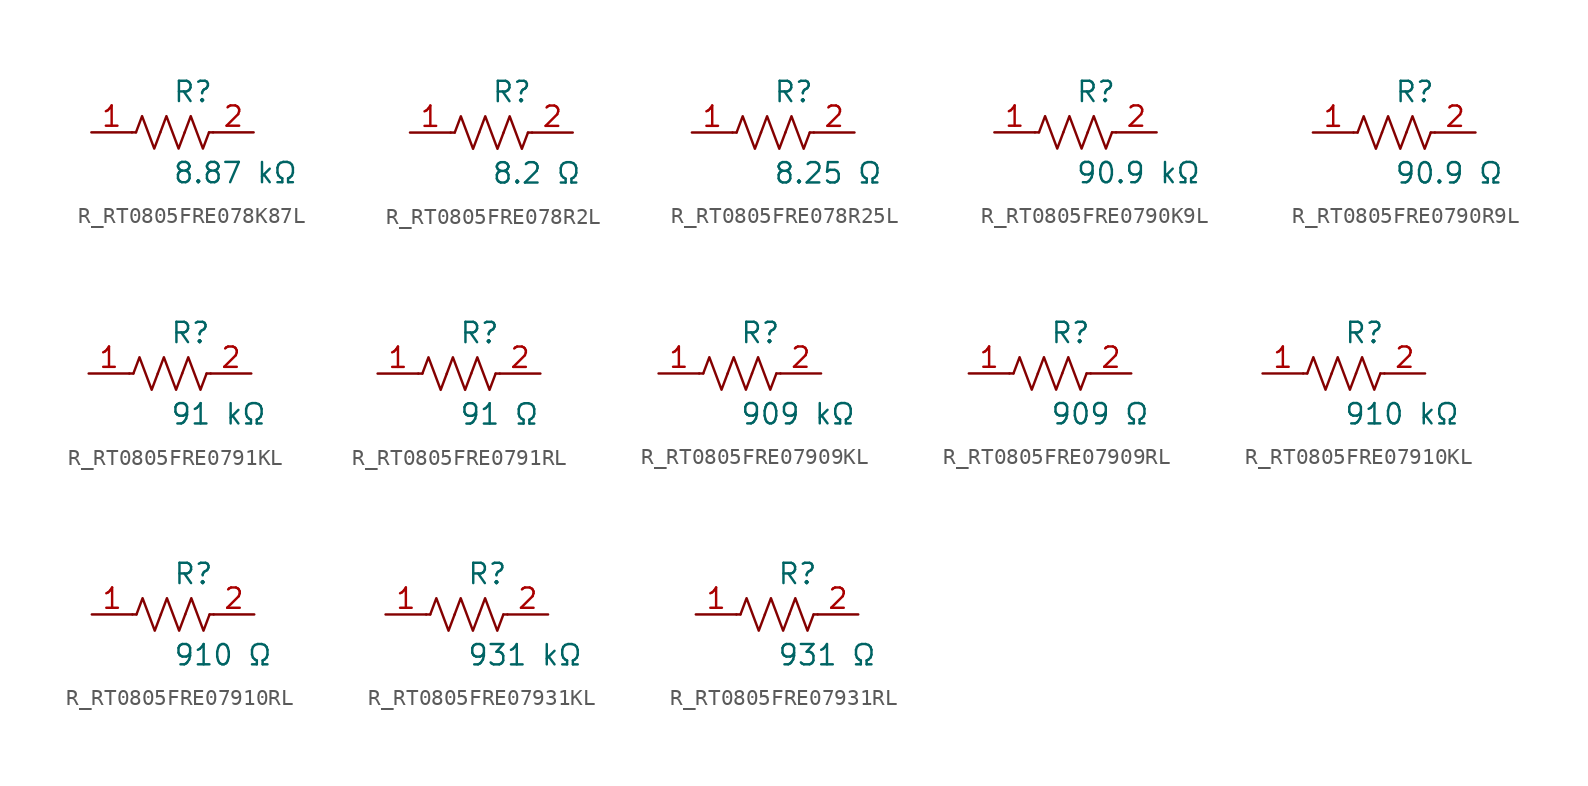
<source format=kicad_sym>
(kicad_symbol_lib
  (version 20231120)
  (generator kicad_symbol_editor)
  (generator_version 8.0)
  (symbol "R_RT0805FRE078K87L"
    (pin_names
      (offset 0.254))
    (property "Reference" "R"
      (at 0 2.54 0)
      (effects (font (size 1.27 1.27)) (justify left)))
    (property "Value" "8.87 kΩ"
      (at 0 -2.54 0)
      (effects (font (size 1.27 1.27)) (justify left)))
    (symbol "R_RT0805FRE078K87L_0_1"
      (polyline (pts (xy 2.286 0) (xy 2.54 0)) (stroke (width 0) (type default)) (fill (type none)))
      (polyline (pts (xy -2.286 0) (xy -2.54 0)) (stroke (width 0) (type default)) (fill (type none)))
      (polyline (pts (xy 0.762 0) (xy 1.143 1.016) (xy 1.524 0) (xy 1.905 -1.016) (xy 2.286 0)) (stroke (width 0) (type default)) (fill (type none)))
      (polyline (pts (xy -0.762 0) (xy -0.381 1.016) (xy 0 0) (xy 0.381 -1.016) (xy 0.762 0)) (stroke (width 0) (type default)) (fill (type none)))
      (polyline (pts (xy -2.286 0) (xy -1.905 1.016) (xy -1.524 0) (xy -1.143 -1.016) (xy -0.762 0)) (stroke (width 0) (type default)) (fill (type none))))
    (pin passive line
      (at -5.08 0 0)
      (length 2.54)
      (name "" (effects (font (size 1.27 1.27))))
      (number "1" (effects (font (size 1.27 1.27)))))
    (pin passive line
      (at 5.08 0 180)
      (length 2.54)
      (name "" (effects (font (size 1.27 1.27))))
      (number "2" (effects (font (size 1.27 1.27))))))
  (symbol "R_RT0805FRE078R2L"
    (pin_names
      (offset 0.254))
    (property "Reference" "R"
      (at 0 2.54 0)
      (effects (font (size 1.27 1.27)) (justify left)))
    (property "Value" "8.2 Ω"
      (at 0 -2.54 0)
      (effects (font (size 1.27 1.27)) (justify left)))
    (symbol "R_RT0805FRE078R2L_0_1"
      (polyline (pts (xy 2.286 0) (xy 2.54 0)) (stroke (width 0) (type default)) (fill (type none)))
      (polyline (pts (xy -2.286 0) (xy -2.54 0)) (stroke (width 0) (type default)) (fill (type none)))
      (polyline (pts (xy 0.762 0) (xy 1.143 1.016) (xy 1.524 0) (xy 1.905 -1.016) (xy 2.286 0)) (stroke (width 0) (type default)) (fill (type none)))
      (polyline (pts (xy -0.762 0) (xy -0.381 1.016) (xy 0 0) (xy 0.381 -1.016) (xy 0.762 0)) (stroke (width 0) (type default)) (fill (type none)))
      (polyline (pts (xy -2.286 0) (xy -1.905 1.016) (xy -1.524 0) (xy -1.143 -1.016) (xy -0.762 0)) (stroke (width 0) (type default)) (fill (type none))))
    (pin passive line
      (at -5.08 0 0)
      (length 2.54)
      (name "" (effects (font (size 1.27 1.27))))
      (number "1" (effects (font (size 1.27 1.27)))))
    (pin passive line
      (at 5.08 0 180)
      (length 2.54)
      (name "" (effects (font (size 1.27 1.27))))
      (number "2" (effects (font (size 1.27 1.27))))))
  (symbol "R_RT0805FRE078R25L"
    (pin_names
      (offset 0.254))
    (property "Reference" "R"
      (at 0 2.54 0)
      (effects (font (size 1.27 1.27)) (justify left)))
    (property "Value" "8.25 Ω"
      (at 0 -2.54 0)
      (effects (font (size 1.27 1.27)) (justify left)))
    (symbol "R_RT0805FRE078R25L_0_1"
      (polyline (pts (xy 2.286 0) (xy 2.54 0)) (stroke (width 0) (type default)) (fill (type none)))
      (polyline (pts (xy -2.286 0) (xy -2.54 0)) (stroke (width 0) (type default)) (fill (type none)))
      (polyline (pts (xy 0.762 0) (xy 1.143 1.016) (xy 1.524 0) (xy 1.905 -1.016) (xy 2.286 0)) (stroke (width 0) (type default)) (fill (type none)))
      (polyline (pts (xy -0.762 0) (xy -0.381 1.016) (xy 0 0) (xy 0.381 -1.016) (xy 0.762 0)) (stroke (width 0) (type default)) (fill (type none)))
      (polyline (pts (xy -2.286 0) (xy -1.905 1.016) (xy -1.524 0) (xy -1.143 -1.016) (xy -0.762 0)) (stroke (width 0) (type default)) (fill (type none))))
    (pin passive line
      (at -5.08 0 0)
      (length 2.54)
      (name "" (effects (font (size 1.27 1.27))))
      (number "1" (effects (font (size 1.27 1.27)))))
    (pin passive line
      (at 5.08 0 180)
      (length 2.54)
      (name "" (effects (font (size 1.27 1.27))))
      (number "2" (effects (font (size 1.27 1.27))))))
  (symbol "R_RT0805FRE0790K9L"
    (pin_names
      (offset 0.254))
    (property "Reference" "R"
      (at 0 2.54 0)
      (effects (font (size 1.27 1.27)) (justify left)))
    (property "Value" "90.9 kΩ"
      (at 0 -2.54 0)
      (effects (font (size 1.27 1.27)) (justify left)))
    (symbol "R_RT0805FRE0790K9L_0_1"
      (polyline (pts (xy 2.286 0) (xy 2.54 0)) (stroke (width 0) (type default)) (fill (type none)))
      (polyline (pts (xy -2.286 0) (xy -2.54 0)) (stroke (width 0) (type default)) (fill (type none)))
      (polyline (pts (xy 0.762 0) (xy 1.143 1.016) (xy 1.524 0) (xy 1.905 -1.016) (xy 2.286 0)) (stroke (width 0) (type default)) (fill (type none)))
      (polyline (pts (xy -0.762 0) (xy -0.381 1.016) (xy 0 0) (xy 0.381 -1.016) (xy 0.762 0)) (stroke (width 0) (type default)) (fill (type none)))
      (polyline (pts (xy -2.286 0) (xy -1.905 1.016) (xy -1.524 0) (xy -1.143 -1.016) (xy -0.762 0)) (stroke (width 0) (type default)) (fill (type none))))
    (pin passive line
      (at -5.08 0 0)
      (length 2.54)
      (name "" (effects (font (size 1.27 1.27))))
      (number "1" (effects (font (size 1.27 1.27)))))
    (pin passive line
      (at 5.08 0 180)
      (length 2.54)
      (name "" (effects (font (size 1.27 1.27))))
      (number "2" (effects (font (size 1.27 1.27))))))
  (symbol "R_RT0805FRE0790R9L"
    (pin_names
      (offset 0.254))
    (property "Reference" "R"
      (at 0 2.54 0)
      (effects (font (size 1.27 1.27)) (justify left)))
    (property "Value" "90.9 Ω"
      (at 0 -2.54 0)
      (effects (font (size 1.27 1.27)) (justify left)))
    (symbol "R_RT0805FRE0790R9L_0_1"
      (polyline (pts (xy 2.286 0) (xy 2.54 0)) (stroke (width 0) (type default)) (fill (type none)))
      (polyline (pts (xy -2.286 0) (xy -2.54 0)) (stroke (width 0) (type default)) (fill (type none)))
      (polyline (pts (xy 0.762 0) (xy 1.143 1.016) (xy 1.524 0) (xy 1.905 -1.016) (xy 2.286 0)) (stroke (width 0) (type default)) (fill (type none)))
      (polyline (pts (xy -0.762 0) (xy -0.381 1.016) (xy 0 0) (xy 0.381 -1.016) (xy 0.762 0)) (stroke (width 0) (type default)) (fill (type none)))
      (polyline (pts (xy -2.286 0) (xy -1.905 1.016) (xy -1.524 0) (xy -1.143 -1.016) (xy -0.762 0)) (stroke (width 0) (type default)) (fill (type none))))
    (pin passive line
      (at -5.08 0 0)
      (length 2.54)
      (name "" (effects (font (size 1.27 1.27))))
      (number "1" (effects (font (size 1.27 1.27)))))
    (pin passive line
      (at 5.08 0 180)
      (length 2.54)
      (name "" (effects (font (size 1.27 1.27))))
      (number "2" (effects (font (size 1.27 1.27))))))
  (symbol "R_RT0805FRE0791KL"
    (pin_names
      (offset 0.254))
    (property "Reference" "R"
      (at 0 2.54 0)
      (effects (font (size 1.27 1.27)) (justify left)))
    (property "Value" "91 kΩ"
      (at 0 -2.54 0)
      (effects (font (size 1.27 1.27)) (justify left)))
    (symbol "R_RT0805FRE0791KL_0_1"
      (polyline (pts (xy 2.286 0) (xy 2.54 0)) (stroke (width 0) (type default)) (fill (type none)))
      (polyline (pts (xy -2.286 0) (xy -2.54 0)) (stroke (width 0) (type default)) (fill (type none)))
      (polyline (pts (xy 0.762 0) (xy 1.143 1.016) (xy 1.524 0) (xy 1.905 -1.016) (xy 2.286 0)) (stroke (width 0) (type default)) (fill (type none)))
      (polyline (pts (xy -0.762 0) (xy -0.381 1.016) (xy 0 0) (xy 0.381 -1.016) (xy 0.762 0)) (stroke (width 0) (type default)) (fill (type none)))
      (polyline (pts (xy -2.286 0) (xy -1.905 1.016) (xy -1.524 0) (xy -1.143 -1.016) (xy -0.762 0)) (stroke (width 0) (type default)) (fill (type none))))
    (pin passive line
      (at -5.08 0 0)
      (length 2.54)
      (name "" (effects (font (size 1.27 1.27))))
      (number "1" (effects (font (size 1.27 1.27)))))
    (pin passive line
      (at 5.08 0 180)
      (length 2.54)
      (name "" (effects (font (size 1.27 1.27))))
      (number "2" (effects (font (size 1.27 1.27))))))
  (symbol "R_RT0805FRE0791RL"
    (pin_names
      (offset 0.254))
    (property "Reference" "R"
      (at 0 2.54 0)
      (effects (font (size 1.27 1.27)) (justify left)))
    (property "Value" "91 Ω"
      (at 0 -2.54 0)
      (effects (font (size 1.27 1.27)) (justify left)))
    (symbol "R_RT0805FRE0791RL_0_1"
      (polyline (pts (xy 2.286 0) (xy 2.54 0)) (stroke (width 0) (type default)) (fill (type none)))
      (polyline (pts (xy -2.286 0) (xy -2.54 0)) (stroke (width 0) (type default)) (fill (type none)))
      (polyline (pts (xy 0.762 0) (xy 1.143 1.016) (xy 1.524 0) (xy 1.905 -1.016) (xy 2.286 0)) (stroke (width 0) (type default)) (fill (type none)))
      (polyline (pts (xy -0.762 0) (xy -0.381 1.016) (xy 0 0) (xy 0.381 -1.016) (xy 0.762 0)) (stroke (width 0) (type default)) (fill (type none)))
      (polyline (pts (xy -2.286 0) (xy -1.905 1.016) (xy -1.524 0) (xy -1.143 -1.016) (xy -0.762 0)) (stroke (width 0) (type default)) (fill (type none))))
    (pin passive line
      (at -5.08 0 0)
      (length 2.54)
      (name "" (effects (font (size 1.27 1.27))))
      (number "1" (effects (font (size 1.27 1.27)))))
    (pin passive line
      (at 5.08 0 180)
      (length 2.54)
      (name "" (effects (font (size 1.27 1.27))))
      (number "2" (effects (font (size 1.27 1.27))))))
  (symbol "R_RT0805FRE07909KL"
    (pin_names
      (offset 0.254))
    (property "Reference" "R"
      (at 0 2.54 0)
      (effects (font (size 1.27 1.27)) (justify left)))
    (property "Value" "909 kΩ"
      (at 0 -2.54 0)
      (effects (font (size 1.27 1.27)) (justify left)))
    (symbol "R_RT0805FRE07909KL_0_1"
      (polyline (pts (xy 2.286 0) (xy 2.54 0)) (stroke (width 0) (type default)) (fill (type none)))
      (polyline (pts (xy -2.286 0) (xy -2.54 0)) (stroke (width 0) (type default)) (fill (type none)))
      (polyline (pts (xy 0.762 0) (xy 1.143 1.016) (xy 1.524 0) (xy 1.905 -1.016) (xy 2.286 0)) (stroke (width 0) (type default)) (fill (type none)))
      (polyline (pts (xy -0.762 0) (xy -0.381 1.016) (xy 0 0) (xy 0.381 -1.016) (xy 0.762 0)) (stroke (width 0) (type default)) (fill (type none)))
      (polyline (pts (xy -2.286 0) (xy -1.905 1.016) (xy -1.524 0) (xy -1.143 -1.016) (xy -0.762 0)) (stroke (width 0) (type default)) (fill (type none))))
    (pin passive line
      (at -5.08 0 0)
      (length 2.54)
      (name "" (effects (font (size 1.27 1.27))))
      (number "1" (effects (font (size 1.27 1.27)))))
    (pin passive line
      (at 5.08 0 180)
      (length 2.54)
      (name "" (effects (font (size 1.27 1.27))))
      (number "2" (effects (font (size 1.27 1.27))))))
  (symbol "R_RT0805FRE07909RL"
    (pin_names
      (offset 0.254))
    (property "Reference" "R"
      (at 0 2.54 0)
      (effects (font (size 1.27 1.27)) (justify left)))
    (property "Value" "909 Ω"
      (at 0 -2.54 0)
      (effects (font (size 1.27 1.27)) (justify left)))
    (symbol "R_RT0805FRE07909RL_0_1"
      (polyline (pts (xy 2.286 0) (xy 2.54 0)) (stroke (width 0) (type default)) (fill (type none)))
      (polyline (pts (xy -2.286 0) (xy -2.54 0)) (stroke (width 0) (type default)) (fill (type none)))
      (polyline (pts (xy 0.762 0) (xy 1.143 1.016) (xy 1.524 0) (xy 1.905 -1.016) (xy 2.286 0)) (stroke (width 0) (type default)) (fill (type none)))
      (polyline (pts (xy -0.762 0) (xy -0.381 1.016) (xy 0 0) (xy 0.381 -1.016) (xy 0.762 0)) (stroke (width 0) (type default)) (fill (type none)))
      (polyline (pts (xy -2.286 0) (xy -1.905 1.016) (xy -1.524 0) (xy -1.143 -1.016) (xy -0.762 0)) (stroke (width 0) (type default)) (fill (type none))))
    (pin passive line
      (at -5.08 0 0)
      (length 2.54)
      (name "" (effects (font (size 1.27 1.27))))
      (number "1" (effects (font (size 1.27 1.27)))))
    (pin passive line
      (at 5.08 0 180)
      (length 2.54)
      (name "" (effects (font (size 1.27 1.27))))
      (number "2" (effects (font (size 1.27 1.27))))))
  (symbol "R_RT0805FRE07910KL"
    (pin_names
      (offset 0.254))
    (property "Reference" "R"
      (at 0 2.54 0)
      (effects (font (size 1.27 1.27)) (justify left)))
    (property "Value" "910 kΩ"
      (at 0 -2.54 0)
      (effects (font (size 1.27 1.27)) (justify left)))
    (symbol "R_RT0805FRE07910KL_0_1"
      (polyline (pts (xy 2.286 0) (xy 2.54 0)) (stroke (width 0) (type default)) (fill (type none)))
      (polyline (pts (xy -2.286 0) (xy -2.54 0)) (stroke (width 0) (type default)) (fill (type none)))
      (polyline (pts (xy 0.762 0) (xy 1.143 1.016) (xy 1.524 0) (xy 1.905 -1.016) (xy 2.286 0)) (stroke (width 0) (type default)) (fill (type none)))
      (polyline (pts (xy -0.762 0) (xy -0.381 1.016) (xy 0 0) (xy 0.381 -1.016) (xy 0.762 0)) (stroke (width 0) (type default)) (fill (type none)))
      (polyline (pts (xy -2.286 0) (xy -1.905 1.016) (xy -1.524 0) (xy -1.143 -1.016) (xy -0.762 0)) (stroke (width 0) (type default)) (fill (type none))))
    (pin passive line
      (at -5.08 0 0)
      (length 2.54)
      (name "" (effects (font (size 1.27 1.27))))
      (number "1" (effects (font (size 1.27 1.27)))))
    (pin passive line
      (at 5.08 0 180)
      (length 2.54)
      (name "" (effects (font (size 1.27 1.27))))
      (number "2" (effects (font (size 1.27 1.27))))))
  (symbol "R_RT0805FRE07910RL"
    (pin_names
      (offset 0.254))
    (property "Reference" "R"
      (at 0 2.54 0)
      (effects (font (size 1.27 1.27)) (justify left)))
    (property "Value" "910 Ω"
      (at 0 -2.54 0)
      (effects (font (size 1.27 1.27)) (justify left)))
    (symbol "R_RT0805FRE07910RL_0_1"
      (polyline (pts (xy 2.286 0) (xy 2.54 0)) (stroke (width 0) (type default)) (fill (type none)))
      (polyline (pts (xy -2.286 0) (xy -2.54 0)) (stroke (width 0) (type default)) (fill (type none)))
      (polyline (pts (xy 0.762 0) (xy 1.143 1.016) (xy 1.524 0) (xy 1.905 -1.016) (xy 2.286 0)) (stroke (width 0) (type default)) (fill (type none)))
      (polyline (pts (xy -0.762 0) (xy -0.381 1.016) (xy 0 0) (xy 0.381 -1.016) (xy 0.762 0)) (stroke (width 0) (type default)) (fill (type none)))
      (polyline (pts (xy -2.286 0) (xy -1.905 1.016) (xy -1.524 0) (xy -1.143 -1.016) (xy -0.762 0)) (stroke (width 0) (type default)) (fill (type none))))
    (pin passive line
      (at -5.08 0 0)
      (length 2.54)
      (name "" (effects (font (size 1.27 1.27))))
      (number "1" (effects (font (size 1.27 1.27)))))
    (pin passive line
      (at 5.08 0 180)
      (length 2.54)
      (name "" (effects (font (size 1.27 1.27))))
      (number "2" (effects (font (size 1.27 1.27))))))
  (symbol "R_RT0805FRE07931KL"
    (pin_names
      (offset 0.254))
    (property "Reference" "R"
      (at 0 2.54 0)
      (effects (font (size 1.27 1.27)) (justify left)))
    (property "Value" "931 kΩ"
      (at 0 -2.54 0)
      (effects (font (size 1.27 1.27)) (justify left)))
    (symbol "R_RT0805FRE07931KL_0_1"
      (polyline (pts (xy 2.286 0) (xy 2.54 0)) (stroke (width 0) (type default)) (fill (type none)))
      (polyline (pts (xy -2.286 0) (xy -2.54 0)) (stroke (width 0) (type default)) (fill (type none)))
      (polyline (pts (xy 0.762 0) (xy 1.143 1.016) (xy 1.524 0) (xy 1.905 -1.016) (xy 2.286 0)) (stroke (width 0) (type default)) (fill (type none)))
      (polyline (pts (xy -0.762 0) (xy -0.381 1.016) (xy 0 0) (xy 0.381 -1.016) (xy 0.762 0)) (stroke (width 0) (type default)) (fill (type none)))
      (polyline (pts (xy -2.286 0) (xy -1.905 1.016) (xy -1.524 0) (xy -1.143 -1.016) (xy -0.762 0)) (stroke (width 0) (type default)) (fill (type none))))
    (pin passive line
      (at -5.08 0 0)
      (length 2.54)
      (name "" (effects (font (size 1.27 1.27))))
      (number "1" (effects (font (size 1.27 1.27)))))
    (pin passive line
      (at 5.08 0 180)
      (length 2.54)
      (name "" (effects (font (size 1.27 1.27))))
      (number "2" (effects (font (size 1.27 1.27))))))
  (symbol "R_RT0805FRE07931RL"
    (pin_names
      (offset 0.254))
    (property "Reference" "R"
      (at 0 2.54 0)
      (effects (font (size 1.27 1.27)) (justify left)))
    (property "Value" "931 Ω"
      (at 0 -2.54 0)
      (effects (font (size 1.27 1.27)) (justify left)))
    (symbol "R_RT0805FRE07931RL_0_1"
      (polyline (pts (xy 2.286 0) (xy 2.54 0)) (stroke (width 0) (type default)) (fill (type none)))
      (polyline (pts (xy -2.286 0) (xy -2.54 0)) (stroke (width 0) (type default)) (fill (type none)))
      (polyline (pts (xy 0.762 0) (xy 1.143 1.016) (xy 1.524 0) (xy 1.905 -1.016) (xy 2.286 0)) (stroke (width 0) (type default)) (fill (type none)))
      (polyline (pts (xy -0.762 0) (xy -0.381 1.016) (xy 0 0) (xy 0.381 -1.016) (xy 0.762 0)) (stroke (width 0) (type default)) (fill (type none)))
      (polyline (pts (xy -2.286 0) (xy -1.905 1.016) (xy -1.524 0) (xy -1.143 -1.016) (xy -0.762 0)) (stroke (width 0) (type default)) (fill (type none))))
    (pin passive line
      (at -5.08 0 0)
      (length 2.54)
      (name "" (effects (font (size 1.27 1.27))))
      (number "1" (effects (font (size 1.27 1.27)))))
    (pin passive line
      (at 5.08 0 180)
      (length 2.54)
      (name "" (effects (font (size 1.27 1.27))))
      (number "2" (effects (font (size 1.27 1.27)))))))
</source>
